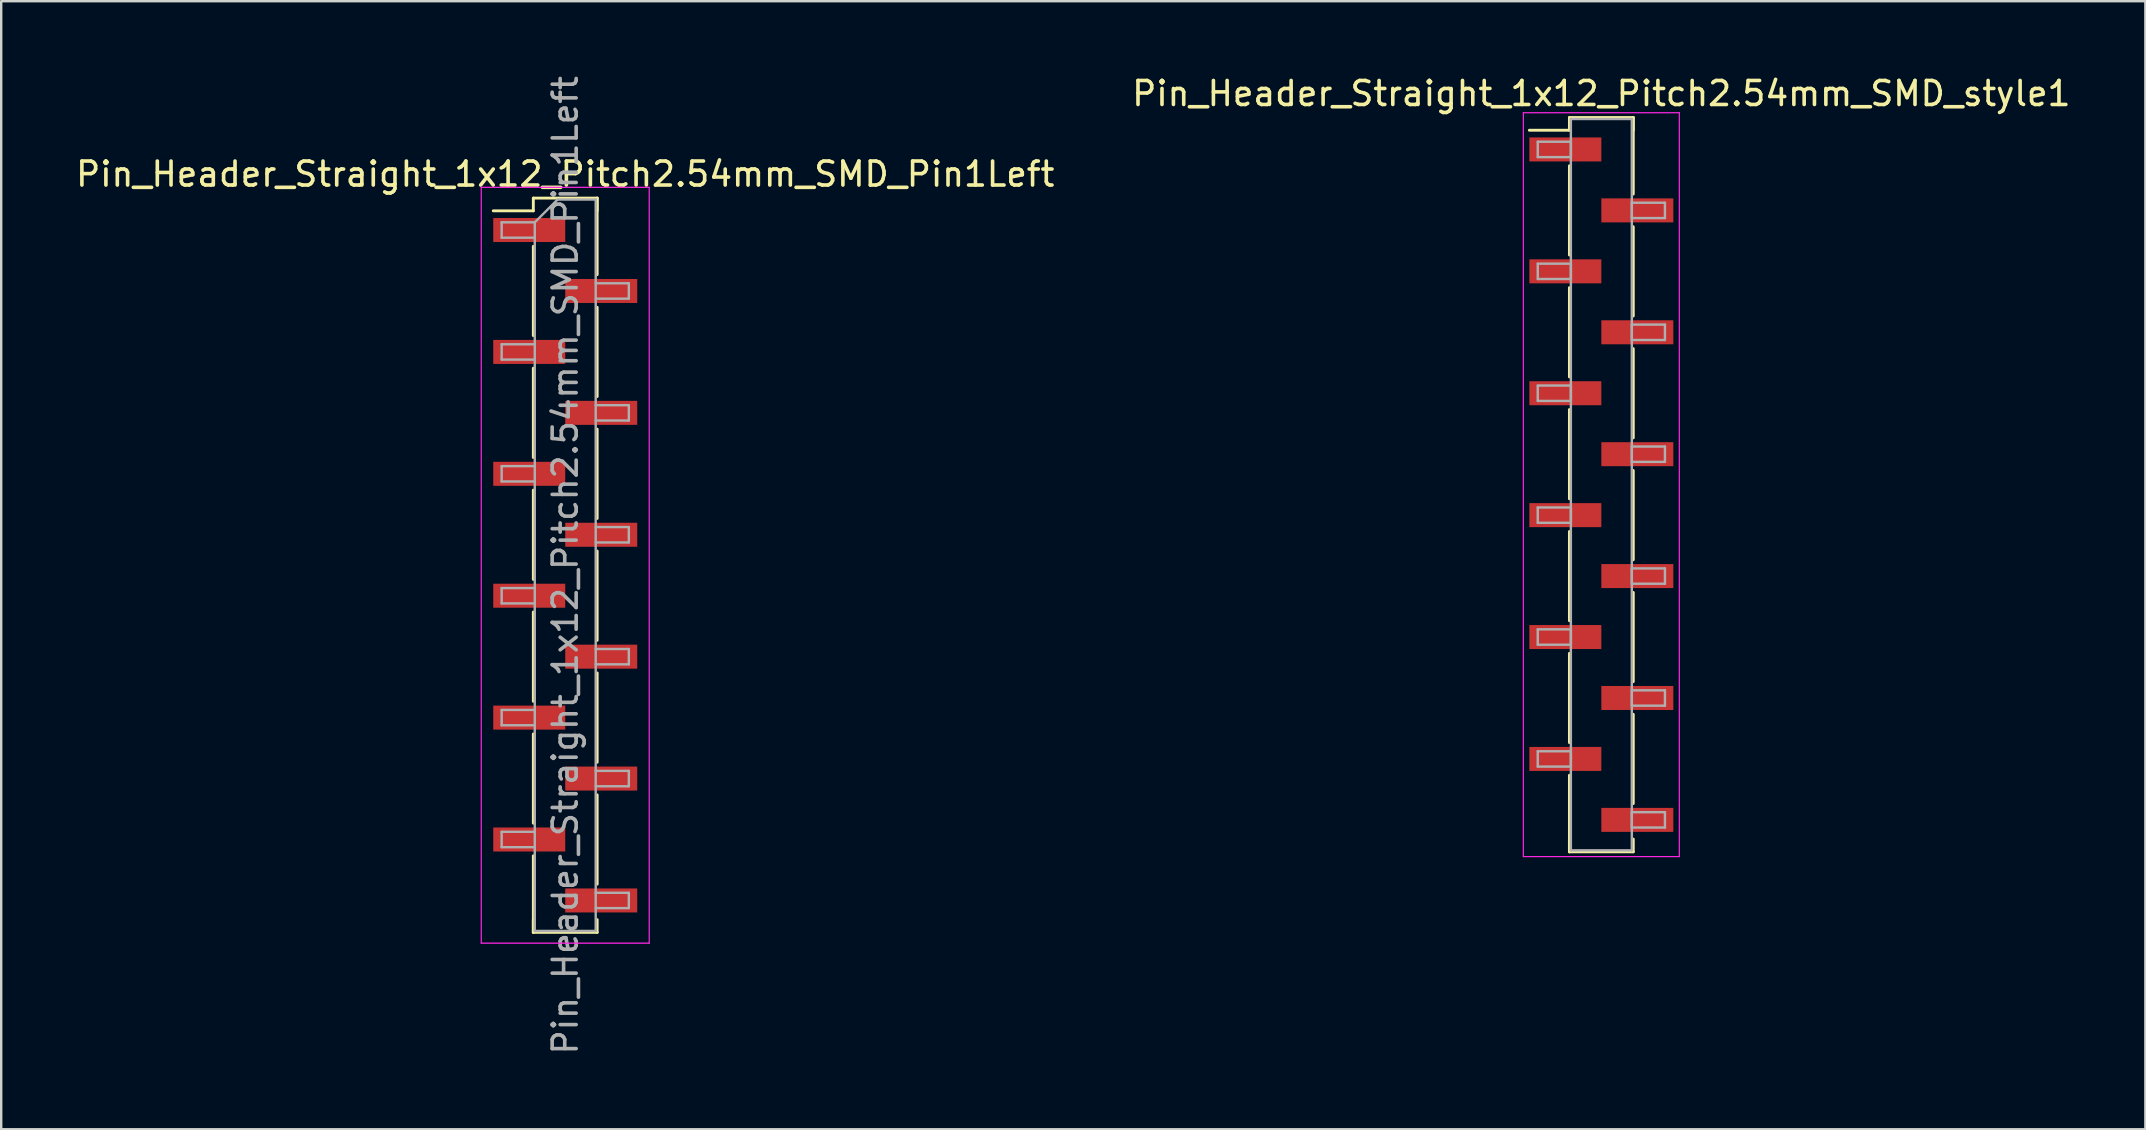
<source format=kicad_pcb>
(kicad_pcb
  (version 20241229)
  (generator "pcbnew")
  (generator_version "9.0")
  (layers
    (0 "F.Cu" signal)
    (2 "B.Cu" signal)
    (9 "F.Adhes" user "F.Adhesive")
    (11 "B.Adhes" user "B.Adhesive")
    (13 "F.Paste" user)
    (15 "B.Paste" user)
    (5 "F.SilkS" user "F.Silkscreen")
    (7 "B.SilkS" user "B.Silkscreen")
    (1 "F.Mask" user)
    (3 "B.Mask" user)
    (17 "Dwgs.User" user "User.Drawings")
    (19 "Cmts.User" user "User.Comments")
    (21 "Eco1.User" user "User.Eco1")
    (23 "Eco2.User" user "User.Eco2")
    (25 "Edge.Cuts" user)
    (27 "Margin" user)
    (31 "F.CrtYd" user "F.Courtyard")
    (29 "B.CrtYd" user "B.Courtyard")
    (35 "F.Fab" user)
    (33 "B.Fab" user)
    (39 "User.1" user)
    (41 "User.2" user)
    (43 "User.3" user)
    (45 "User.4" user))
  (footprint "Pin_Header_Straight_1x12_Pitch2.54mm_SMD_style1"
    (layer "F.Cu")
    (at 63.685 17.148)
    (property "Reference" "Pin_Header_Straight_1x12_Pitch2.54mm_SMD_style1" (at 0 -16.3 0) (layer "F.SilkS") (effects (font (size 1 1) (thickness 0.15))))
    (attr smd)
    (fp_line (start -1.33 -15.3) (end 1.33 -15.3) (stroke (width 0.12) (type solid)) (layer "F.SilkS"))
    (fp_line (start -1.33 -14.77) (end -3 -14.77) (stroke (width 0.12) (type solid)) (layer "F.SilkS"))
    (fp_line (start -1.33 -14.77) (end -1.33 -15.3) (stroke (width 0.12) (type solid)) (layer "F.SilkS"))
    (fp_line (start -1.33 -13.29) (end -1.33 -9.57) (stroke (width 0.12) (type solid)) (layer "F.SilkS"))
    (fp_line (start -1.33 -8.21) (end -1.33 -4.49) (stroke (width 0.12) (type solid)) (layer "F.SilkS"))
    (fp_line (start -1.33 -3.13) (end -1.33 0.59) (stroke (width 0.12) (type solid)) (layer "F.SilkS"))
    (fp_line (start -1.33 1.95) (end -1.33 5.67) (stroke (width 0.12) (type solid)) (layer "F.SilkS"))
    (fp_line (start -1.33 7.03) (end -1.33 10.75) (stroke (width 0.12) (type solid)) (layer "F.SilkS"))
    (fp_line (start -1.33 12.11) (end -1.33 15.3) (stroke (width 0.12) (type solid)) (layer "F.SilkS"))
    (fp_line (start -1.33 14.77) (end -1.33 15.3) (stroke (width 0.12) (type solid)) (layer "F.SilkS"))
    (fp_line (start -1.33 15.3) (end 1.33 15.3) (stroke (width 0.12) (type solid)) (layer "F.SilkS"))
    (fp_line (start 1.33 -15.3) (end 1.33 -14.77) (stroke (width 0.12) (type solid)) (layer "F.SilkS"))
    (fp_line (start 1.33 -15.3) (end 1.33 -12.11) (stroke (width 0.12) (type solid)) (layer "F.SilkS"))
    (fp_line (start 1.33 -10.75) (end 1.33 -7.03) (stroke (width 0.12) (type solid)) (layer "F.SilkS"))
    (fp_line (start 1.33 -5.67) (end 1.33 -1.95) (stroke (width 0.12) (type solid)) (layer "F.SilkS"))
    (fp_line (start 1.33 -0.59) (end 1.33 3.13) (stroke (width 0.12) (type solid)) (layer "F.SilkS"))
    (fp_line (start 1.33 4.49) (end 1.33 8.21) (stroke (width 0.12) (type solid)) (layer "F.SilkS"))
    (fp_line (start 1.33 9.57) (end 1.33 13.29) (stroke (width 0.12) (type solid)) (layer "F.SilkS"))
    (fp_line (start 1.33 15.3) (end 1.33 14.77) (stroke (width 0.12) (type solid)) (layer "F.SilkS"))
    (fp_line (start -3.25 -15.5) (end -3.25 15.5) (stroke (width 0.05) (type solid)) (layer "F.CrtYd"))
    (fp_line (start -3.25 15.5) (end 3.25 15.5) (stroke (width 0.05) (type solid)) (layer "F.CrtYd"))
    (fp_line (start 3.25 -15.5) (end -3.25 -15.5) (stroke (width 0.05) (type solid)) (layer "F.CrtYd"))
    (fp_line (start 3.25 15.5) (end 3.25 -15.5) (stroke (width 0.05) (type solid)) (layer "F.CrtYd"))
    (fp_line (start -2.65 -14.29) (end -1.27 -14.29) (stroke (width 0.1) (type solid)) (layer "F.Fab"))
    (fp_line (start -2.65 -13.65) (end -2.65 -14.29) (stroke (width 0.1) (type solid)) (layer "F.Fab"))
    (fp_line (start -2.65 -9.21) (end -1.27 -9.21) (stroke (width 0.1) (type solid)) (layer "F.Fab"))
    (fp_line (start -2.65 -8.57) (end -2.65 -9.21) (stroke (width 0.1) (type solid)) (layer "F.Fab"))
    (fp_line (start -2.65 -4.13) (end -1.27 -4.13) (stroke (width 0.1) (type solid)) (layer "F.Fab"))
    (fp_line (start -2.65 -3.49) (end -2.65 -4.13) (stroke (width 0.1) (type solid)) (layer "F.Fab"))
    (fp_line (start -2.65 0.95) (end -1.27 0.95) (stroke (width 0.1) (type solid)) (layer "F.Fab"))
    (fp_line (start -2.65 1.59) (end -2.65 0.95) (stroke (width 0.1) (type solid)) (layer "F.Fab"))
    (fp_line (start -2.65 6.03) (end -1.27 6.03) (stroke (width 0.1) (type solid)) (layer "F.Fab"))
    (fp_line (start -2.65 6.67) (end -2.65 6.03) (stroke (width 0.1) (type solid)) (layer "F.Fab"))
    (fp_line (start -2.65 11.11) (end -1.27 11.11) (stroke (width 0.1) (type solid)) (layer "F.Fab"))
    (fp_line (start -2.65 11.75) (end -2.65 11.11) (stroke (width 0.1) (type solid)) (layer "F.Fab"))
    (fp_line (start -1.27 -15.24) (end -1.27 15.24) (stroke (width 0.1) (type solid)) (layer "F.Fab"))
    (fp_line (start -1.27 -14.29) (end -1.27 -13.65) (stroke (width 0.1) (type solid)) (layer "F.Fab"))
    (fp_line (start -1.27 -13.65) (end -2.65 -13.65) (stroke (width 0.1) (type solid)) (layer "F.Fab"))
    (fp_line (start -1.27 -9.21) (end -1.27 -8.57) (stroke (width 0.1) (type solid)) (layer "F.Fab"))
    (fp_line (start -1.27 -8.57) (end -2.65 -8.57) (stroke (width 0.1) (type solid)) (layer "F.Fab"))
    (fp_line (start -1.27 -4.13) (end -1.27 -3.49) (stroke (width 0.1) (type solid)) (layer "F.Fab"))
    (fp_line (start -1.27 -3.49) (end -2.65 -3.49) (stroke (width 0.1) (type solid)) (layer "F.Fab"))
    (fp_line (start -1.27 0.95) (end -1.27 1.59) (stroke (width 0.1) (type solid)) (layer "F.Fab"))
    (fp_line (start -1.27 1.59) (end -2.65 1.59) (stroke (width 0.1) (type solid)) (layer "F.Fab"))
    (fp_line (start -1.27 6.03) (end -1.27 6.67) (stroke (width 0.1) (type solid)) (layer "F.Fab"))
    (fp_line (start -1.27 6.67) (end -2.65 6.67) (stroke (width 0.1) (type solid)) (layer "F.Fab"))
    (fp_line (start -1.27 11.11) (end -1.27 11.75) (stroke (width 0.1) (type solid)) (layer "F.Fab"))
    (fp_line (start -1.27 11.75) (end -2.65 11.75) (stroke (width 0.1) (type solid)) (layer "F.Fab"))
    (fp_line (start -1.27 15.24) (end 1.27 15.24) (stroke (width 0.1) (type solid)) (layer "F.Fab"))
    (fp_line (start 1.27 -15.24) (end -1.27 -15.24) (stroke (width 0.1) (type solid)) (layer "F.Fab"))
    (fp_line (start 1.27 -11.75) (end 1.27 -11.11) (stroke (width 0.1) (type solid)) (layer "F.Fab"))
    (fp_line (start 1.27 -11.11) (end 2.65 -11.11) (stroke (width 0.1) (type solid)) (layer "F.Fab"))
    (fp_line (start 1.27 -6.67) (end 1.27 -6.03) (stroke (width 0.1) (type solid)) (layer "F.Fab"))
    (fp_line (start 1.27 -6.03) (end 2.65 -6.03) (stroke (width 0.1) (type solid)) (layer "F.Fab"))
    (fp_line (start 1.27 -1.59) (end 1.27 -0.95) (stroke (width 0.1) (type solid)) (layer "F.Fab"))
    (fp_line (start 1.27 -0.95) (end 2.65 -0.95) (stroke (width 0.1) (type solid)) (layer "F.Fab"))
    (fp_line (start 1.27 3.49) (end 1.27 4.13) (stroke (width 0.1) (type solid)) (layer "F.Fab"))
    (fp_line (start 1.27 4.13) (end 2.65 4.13) (stroke (width 0.1) (type solid)) (layer "F.Fab"))
    (fp_line (start 1.27 8.57) (end 1.27 9.21) (stroke (width 0.1) (type solid)) (layer "F.Fab"))
    (fp_line (start 1.27 9.21) (end 2.65 9.21) (stroke (width 0.1) (type solid)) (layer "F.Fab"))
    (fp_line (start 1.27 13.65) (end 1.27 14.29) (stroke (width 0.1) (type solid)) (layer "F.Fab"))
    (fp_line (start 1.27 14.29) (end 2.65 14.29) (stroke (width 0.1) (type solid)) (layer "F.Fab"))
    (fp_line (start 1.27 15.24) (end 1.27 -15.24) (stroke (width 0.1) (type solid)) (layer "F.Fab"))
    (fp_line (start 2.65 -11.75) (end 1.27 -11.75) (stroke (width 0.1) (type solid)) (layer "F.Fab"))
    (fp_line (start 2.65 -11.11) (end 2.65 -11.75) (stroke (width 0.1) (type solid)) (layer "F.Fab"))
    (fp_line (start 2.65 -6.67) (end 1.27 -6.67) (stroke (width 0.1) (type solid)) (layer "F.Fab"))
    (fp_line (start 2.65 -6.03) (end 2.65 -6.67) (stroke (width 0.1) (type solid)) (layer "F.Fab"))
    (fp_line (start 2.65 -1.59) (end 1.27 -1.59) (stroke (width 0.1) (type solid)) (layer "F.Fab"))
    (fp_line (start 2.65 -0.95) (end 2.65 -1.59) (stroke (width 0.1) (type solid)) (layer "F.Fab"))
    (fp_line (start 2.65 3.49) (end 1.27 3.49) (stroke (width 0.1) (type solid)) (layer "F.Fab"))
    (fp_line (start 2.65 4.13) (end 2.65 3.49) (stroke (width 0.1) (type solid)) (layer "F.Fab"))
    (fp_line (start 2.65 8.57) (end 1.27 8.57) (stroke (width 0.1) (type solid)) (layer "F.Fab"))
    (fp_line (start 2.65 9.21) (end 2.65 8.57) (stroke (width 0.1) (type solid)) (layer "F.Fab"))
    (fp_line (start 2.65 13.65) (end 1.27 13.65) (stroke (width 0.1) (type solid)) (layer "F.Fab"))
    (fp_line (start 2.65 14.29) (end 2.65 13.65) (stroke (width 0.1) (type solid)) (layer "F.Fab"))
    (pad "1" smd rect (at -1.5 -13.97) (size 3 1) (layers "F.Cu" "F.Mask"))
    (pad "2" smd rect (at 1.5 -11.43) (size 3 1) (layers "F.Cu" "F.Mask"))
    (pad "3" smd rect (at -1.5 -8.89) (size 3 1) (layers "F.Cu" "F.Mask"))
    (pad "4" smd rect (at 1.5 -6.35) (size 3 1) (layers "F.Cu" "F.Mask"))
    (pad "5" smd rect (at -1.5 -3.81) (size 3 1) (layers "F.Cu" "F.Mask"))
    (pad "6" smd rect (at 1.5 -1.27) (size 3 1) (layers "F.Cu" "F.Mask"))
    (pad "7" smd rect (at -1.5 1.27) (size 3 1) (layers "F.Cu" "F.Mask"))
    (pad "8" smd rect (at 1.5 3.81) (size 3 1) (layers "F.Cu" "F.Mask"))
    (pad "9" smd rect (at -1.5 6.35) (size 3 1) (layers "F.Cu" "F.Mask"))
    (pad "10" smd rect (at 1.5 8.89) (size 3 1) (layers "F.Cu" "F.Mask"))
    (pad "11" smd rect (at -1.5 11.43) (size 3 1) (layers "F.Cu" "F.Mask"))
    (pad "12" smd rect (at 1.5 13.97) (size 3 1) (layers "F.Cu" "F.Mask")))
  (footprint "Pin_Header_Straight_1x12_Pitch2.54mm_SMD_Pin1Left"
    (layer "F.Cu")
    (at 20.506 20.506)
    (property "Reference" "Pin_Header_Straight_1x12_Pitch2.54mm_SMD_Pin1Left" (at 0 -16.3 0) (layer "F.SilkS") (effects (font (size 1 1) (thickness 0.15))))
    (attr smd)
    (fp_line (start -1.33 -15.3) (end 1.33 -15.3) (stroke (width 0.12) (type solid)) (layer "F.SilkS"))
    (fp_line (start -1.33 -14.77) (end -3 -14.77) (stroke (width 0.12) (type solid)) (layer "F.SilkS"))
    (fp_line (start -1.33 -14.77) (end -1.33 -15.3) (stroke (width 0.12) (type solid)) (layer "F.SilkS"))
    (fp_line (start -1.33 -13.29) (end -1.33 -9.57) (stroke (width 0.12) (type solid)) (layer "F.SilkS"))
    (fp_line (start -1.33 -8.21) (end -1.33 -4.49) (stroke (width 0.12) (type solid)) (layer "F.SilkS"))
    (fp_line (start -1.33 -3.13) (end -1.33 0.59) (stroke (width 0.12) (type solid)) (layer "F.SilkS"))
    (fp_line (start -1.33 1.95) (end -1.33 5.67) (stroke (width 0.12) (type solid)) (layer "F.SilkS"))
    (fp_line (start -1.33 7.03) (end -1.33 10.75) (stroke (width 0.12) (type solid)) (layer "F.SilkS"))
    (fp_line (start -1.33 12.11) (end -1.33 15.3) (stroke (width 0.12) (type solid)) (layer "F.SilkS"))
    (fp_line (start -1.33 14.77) (end -1.33 15.3) (stroke (width 0.12) (type solid)) (layer "F.SilkS"))
    (fp_line (start -1.33 15.3) (end 1.33 15.3) (stroke (width 0.12) (type solid)) (layer "F.SilkS"))
    (fp_line (start 1.33 -15.3) (end 1.33 -14.77) (stroke (width 0.12) (type solid)) (layer "F.SilkS"))
    (fp_line (start 1.33 -15.3) (end 1.33 -12.11) (stroke (width 0.12) (type solid)) (layer "F.SilkS"))
    (fp_line (start 1.33 -10.75) (end 1.33 -7.03) (stroke (width 0.12) (type solid)) (layer "F.SilkS"))
    (fp_line (start 1.33 -5.67) (end 1.33 -1.95) (stroke (width 0.12) (type solid)) (layer "F.SilkS"))
    (fp_line (start 1.33 -0.59) (end 1.33 3.13) (stroke (width 0.12) (type solid)) (layer "F.SilkS"))
    (fp_line (start 1.33 4.49) (end 1.33 8.21) (stroke (width 0.12) (type solid)) (layer "F.SilkS"))
    (fp_line (start 1.33 9.57) (end 1.33 13.29) (stroke (width 0.12) (type solid)) (layer "F.SilkS"))
    (fp_line (start 1.33 15.3) (end 1.33 14.77) (stroke (width 0.12) (type solid)) (layer "F.SilkS"))
    (fp_line (start -3.5 -15.75) (end -3.5 15.75) (stroke (width 0.05) (type solid)) (layer "F.CrtYd"))
    (fp_line (start -3.5 15.75) (end 3.5 15.75) (stroke (width 0.05) (type solid)) (layer "F.CrtYd"))
    (fp_line (start 3.5 -15.75) (end -3.5 -15.75) (stroke (width 0.05) (type solid)) (layer "F.CrtYd"))
    (fp_line (start 3.5 15.75) (end 3.5 -15.75) (stroke (width 0.05) (type solid)) (layer "F.CrtYd"))
    (fp_line (start -2.65 -14.29) (end -2.65 -13.65) (stroke (width 0.1) (type solid)) (layer "F.Fab"))
    (fp_line (start -2.65 -13.65) (end -1.27 -13.65) (stroke (width 0.1) (type solid)) (layer "F.Fab"))
    (fp_line (start -2.65 -9.21) (end -2.65 -8.57) (stroke (width 0.1) (type solid)) (layer "F.Fab"))
    (fp_line (start -2.65 -8.57) (end -1.27 -8.57) (stroke (width 0.1) (type solid)) (layer "F.Fab"))
    (fp_line (start -2.65 -4.13) (end -2.65 -3.49) (stroke (width 0.1) (type solid)) (layer "F.Fab"))
    (fp_line (start -2.65 -3.49) (end -1.27 -3.49) (stroke (width 0.1) (type solid)) (layer "F.Fab"))
    (fp_line (start -2.65 0.95) (end -2.65 1.59) (stroke (width 0.1) (type solid)) (layer "F.Fab"))
    (fp_line (start -2.65 1.59) (end -1.27 1.59) (stroke (width 0.1) (type solid)) (layer "F.Fab"))
    (fp_line (start -2.65 6.03) (end -2.65 6.67) (stroke (width 0.1) (type solid)) (layer "F.Fab"))
    (fp_line (start -2.65 6.67) (end -1.27 6.67) (stroke (width 0.1) (type solid)) (layer "F.Fab"))
    (fp_line (start -2.65 11.11) (end -2.65 11.75) (stroke (width 0.1) (type solid)) (layer "F.Fab"))
    (fp_line (start -2.65 11.75) (end -1.27 11.75) (stroke (width 0.1) (type solid)) (layer "F.Fab"))
    (fp_line (start -1.27 -14.29) (end -2.65 -14.29) (stroke (width 0.1) (type solid)) (layer "F.Fab"))
    (fp_line (start -1.27 -14.29) (end -0.32 -15.24) (stroke (width 0.1) (type solid)) (layer "F.Fab"))
    (fp_line (start -1.27 -9.21) (end -2.65 -9.21) (stroke (width 0.1) (type solid)) (layer "F.Fab"))
    (fp_line (start -1.27 -4.13) (end -2.65 -4.13) (stroke (width 0.1) (type solid)) (layer "F.Fab"))
    (fp_line (start -1.27 0.95) (end -2.65 0.95) (stroke (width 0.1) (type solid)) (layer "F.Fab"))
    (fp_line (start -1.27 6.03) (end -2.65 6.03) (stroke (width 0.1) (type solid)) (layer "F.Fab"))
    (fp_line (start -1.27 11.11) (end -2.65 11.11) (stroke (width 0.1) (type solid)) (layer "F.Fab"))
    (fp_line (start -1.27 15.24) (end -1.27 -14.29) (stroke (width 0.1) (type solid)) (layer "F.Fab"))
    (fp_line (start -0.32 -15.24) (end 1.27 -15.24) (stroke (width 0.1) (type solid)) (layer "F.Fab"))
    (fp_line (start 1.27 -15.24) (end 1.27 15.24) (stroke (width 0.1) (type solid)) (layer "F.Fab"))
    (fp_line (start 1.27 -11.75) (end 2.65 -11.75) (stroke (width 0.1) (type solid)) (layer "F.Fab"))
    (fp_line (start 1.27 -6.67) (end 2.65 -6.67) (stroke (width 0.1) (type solid)) (layer "F.Fab"))
    (fp_line (start 1.27 -1.59) (end 2.65 -1.59) (stroke (width 0.1) (type solid)) (layer "F.Fab"))
    (fp_line (start 1.27 3.49) (end 2.65 3.49) (stroke (width 0.1) (type solid)) (layer "F.Fab"))
    (fp_line (start 1.27 8.57) (end 2.65 8.57) (stroke (width 0.1) (type solid)) (layer "F.Fab"))
    (fp_line (start 1.27 13.65) (end 2.65 13.65) (stroke (width 0.1) (type solid)) (layer "F.Fab"))
    (fp_line (start 1.27 15.24) (end -1.27 15.24) (stroke (width 0.1) (type solid)) (layer "F.Fab"))
    (fp_line (start 2.65 -11.75) (end 2.65 -11.11) (stroke (width 0.1) (type solid)) (layer "F.Fab"))
    (fp_line (start 2.65 -11.11) (end 1.27 -11.11) (stroke (width 0.1) (type solid)) (layer "F.Fab"))
    (fp_line (start 2.65 -6.67) (end 2.65 -6.03) (stroke (width 0.1) (type solid)) (layer "F.Fab"))
    (fp_line (start 2.65 -6.03) (end 1.27 -6.03) (stroke (width 0.1) (type solid)) (layer "F.Fab"))
    (fp_line (start 2.65 -1.59) (end 2.65 -0.95) (stroke (width 0.1) (type solid)) (layer "F.Fab"))
    (fp_line (start 2.65 -0.95) (end 1.27 -0.95) (stroke (width 0.1) (type solid)) (layer "F.Fab"))
    (fp_line (start 2.65 3.49) (end 2.65 4.13) (stroke (width 0.1) (type solid)) (layer "F.Fab"))
    (fp_line (start 2.65 4.13) (end 1.27 4.13) (stroke (width 0.1) (type solid)) (layer "F.Fab"))
    (fp_line (start 2.65 8.57) (end 2.65 9.21) (stroke (width 0.1) (type solid)) (layer "F.Fab"))
    (fp_line (start 2.65 9.21) (end 1.27 9.21) (stroke (width 0.1) (type solid)) (layer "F.Fab"))
    (fp_line (start 2.65 13.65) (end 2.65 14.29) (stroke (width 0.1) (type solid)) (layer "F.Fab"))
    (fp_line (start 2.65 14.29) (end 1.27 14.29) (stroke (width 0.1) (type solid)) (layer "F.Fab"))
    (fp_text user "${REFERENCE}" (at 0 0 90) (layer "F.Fab") (effects (font (size 1 1) (thickness 0.15))))
    (pad "1" smd rect (at -1.5 -13.97) (size 3 1) (layers "F.Cu" "F.Mask" "F.Paste"))
    (pad "2" smd rect (at 1.5 -11.43) (size 3 1) (layers "F.Cu" "F.Mask" "F.Paste"))
    (pad "3" smd rect (at -1.5 -8.89) (size 3 1) (layers "F.Cu" "F.Mask" "F.Paste"))
    (pad "4" smd rect (at 1.5 -6.35) (size 3 1) (layers "F.Cu" "F.Mask" "F.Paste"))
    (pad "5" smd rect (at -1.5 -3.81) (size 3 1) (layers "F.Cu" "F.Mask" "F.Paste"))
    (pad "6" smd rect (at 1.5 -1.27) (size 3 1) (layers "F.Cu" "F.Mask" "F.Paste"))
    (pad "7" smd rect (at -1.5 1.27) (size 3 1) (layers "F.Cu" "F.Mask" "F.Paste"))
    (pad "8" smd rect (at 1.5 3.81) (size 3 1) (layers "F.Cu" "F.Mask" "F.Paste"))
    (pad "9" smd rect (at -1.5 6.35) (size 3 1) (layers "F.Cu" "F.Mask" "F.Paste"))
    (pad "10" smd rect (at 1.5 8.89) (size 3 1) (layers "F.Cu" "F.Mask" "F.Paste"))
    (pad "11" smd rect (at -1.5 11.43) (size 3 1) (layers "F.Cu" "F.Mask" "F.Paste"))
    (pad "12" smd rect (at 1.5 13.97) (size 3 1) (layers "F.Cu" "F.Mask" "F.Paste")))
  (gr_rect
    (start -3 -3)
    (end 86.357 44.012)
    (stroke (width 0.1) (type default))
    (fill no)
    (layer "Edge.Cuts")))
</source>
